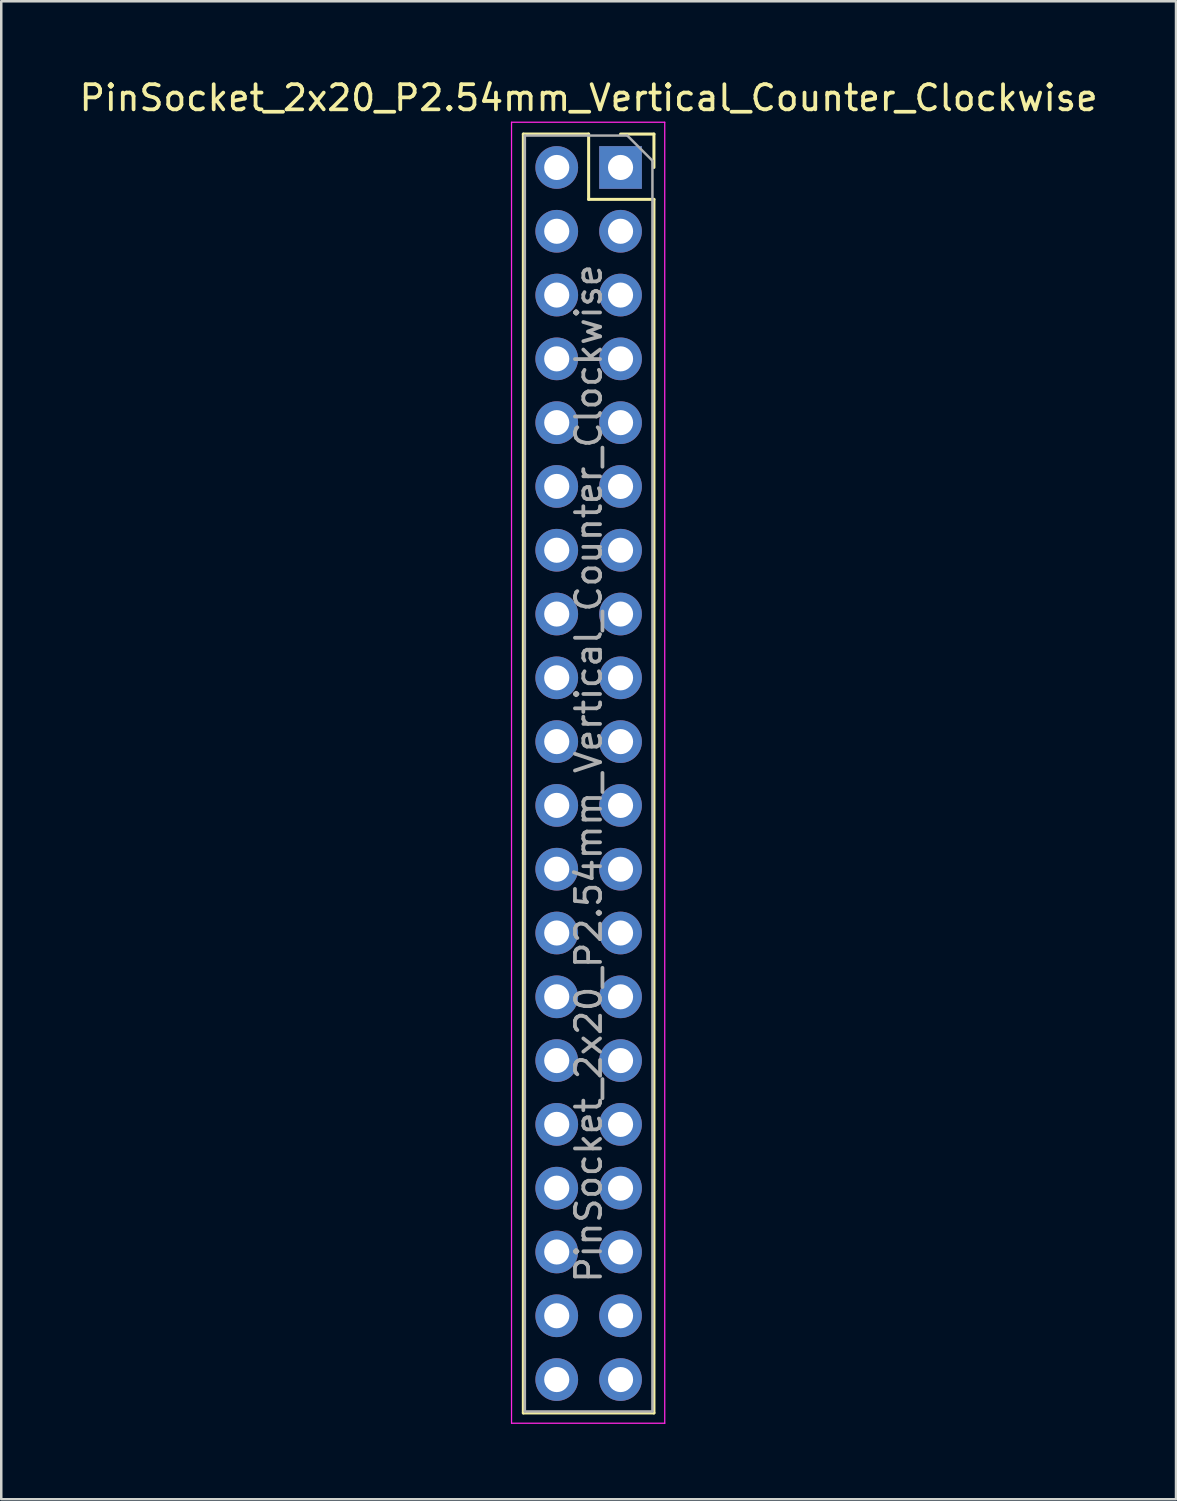
<source format=kicad_pcb>
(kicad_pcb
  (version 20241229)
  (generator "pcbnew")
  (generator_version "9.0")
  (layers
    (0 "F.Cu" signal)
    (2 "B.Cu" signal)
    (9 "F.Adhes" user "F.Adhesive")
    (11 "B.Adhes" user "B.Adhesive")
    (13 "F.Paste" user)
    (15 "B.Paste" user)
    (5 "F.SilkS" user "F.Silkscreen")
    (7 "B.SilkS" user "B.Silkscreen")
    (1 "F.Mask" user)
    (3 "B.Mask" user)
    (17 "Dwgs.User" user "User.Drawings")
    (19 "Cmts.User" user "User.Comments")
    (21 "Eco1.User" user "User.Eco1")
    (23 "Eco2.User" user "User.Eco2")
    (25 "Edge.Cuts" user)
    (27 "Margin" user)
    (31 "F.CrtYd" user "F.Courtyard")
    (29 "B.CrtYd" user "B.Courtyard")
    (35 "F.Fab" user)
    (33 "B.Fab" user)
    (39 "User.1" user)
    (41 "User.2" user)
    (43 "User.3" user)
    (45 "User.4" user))
  (footprint "PinSocket_2x20_P2.54mm_Vertical_Counter_Clockwise"
    (layer "F.Cu")
    (at 21.657 3.618)
    (property "Reference" "PinSocket_2x20_P2.54mm_Vertical_Counter_Clockwise" (at -1.27 -2.77 0) (layer "F.SilkS") (effects (font (size 1 1) (thickness 0.15))))
    (attr through_hole)
    (fp_line (start -3.87 -1.33) (end -3.87 49.59) (stroke (width 0.12) (type solid)) (layer "F.SilkS"))
    (fp_line (start -3.87 -1.33) (end -1.27 -1.33) (stroke (width 0.12) (type solid)) (layer "F.SilkS"))
    (fp_line (start -3.87 49.59) (end 1.33 49.59) (stroke (width 0.12) (type solid)) (layer "F.SilkS"))
    (fp_line (start -1.27 -1.33) (end -1.27 1.27) (stroke (width 0.12) (type solid)) (layer "F.SilkS"))
    (fp_line (start -1.27 1.27) (end 1.33 1.27) (stroke (width 0.12) (type solid)) (layer "F.SilkS"))
    (fp_line (start 0 -1.33) (end 1.33 -1.33) (stroke (width 0.12) (type solid)) (layer "F.SilkS"))
    (fp_line (start 1.33 -1.33) (end 1.33 0) (stroke (width 0.12) (type solid)) (layer "F.SilkS"))
    (fp_line (start 1.33 1.27) (end 1.33 49.59) (stroke (width 0.12) (type solid)) (layer "F.SilkS"))
    (fp_line (start -4.34 -1.8) (end 1.76 -1.8) (stroke (width 0.05) (type solid)) (layer "F.CrtYd"))
    (fp_line (start -4.34 50) (end -4.34 -1.8) (stroke (width 0.05) (type solid)) (layer "F.CrtYd"))
    (fp_line (start 1.76 -1.8) (end 1.76 50) (stroke (width 0.05) (type solid)) (layer "F.CrtYd"))
    (fp_line (start 1.76 50) (end -4.34 50) (stroke (width 0.05) (type solid)) (layer "F.CrtYd"))
    (fp_line (start -3.81 -1.27) (end 0.27 -1.27) (stroke (width 0.1) (type solid)) (layer "F.Fab"))
    (fp_line (start -3.81 49.53) (end -3.81 -1.27) (stroke (width 0.1) (type solid)) (layer "F.Fab"))
    (fp_line (start 0.27 -1.27) (end 1.27 -0.27) (stroke (width 0.1) (type solid)) (layer "F.Fab"))
    (fp_line (start 1.27 -0.27) (end 1.27 49.53) (stroke (width 0.1) (type solid)) (layer "F.Fab"))
    (fp_line (start 1.27 49.53) (end -3.81 49.53) (stroke (width 0.1) (type solid)) (layer "F.Fab"))
    (fp_text user "${REFERENCE}" (at -1.27 24.13 90) (layer "F.Fab") (effects (font (size 1 1) (thickness 0.15))))
    (pad "1" thru_hole oval (at -2.54 0) (size 1.7 1.7) (drill 1) (layers "*.Cu" "*.Mask"))
    (pad "2" thru_hole oval (at -2.54 2.54) (size 1.7 1.7) (drill 1) (layers "*.Cu" "*.Mask"))
    (pad "3" thru_hole oval (at -2.54 5.08) (size 1.7 1.7) (drill 1) (layers "*.Cu" "*.Mask"))
    (pad "4" thru_hole oval (at -2.54 7.62) (size 1.7 1.7) (drill 1) (layers "*.Cu" "*.Mask"))
    (pad "5" thru_hole oval (at -2.54 10.16) (size 1.7 1.7) (drill 1) (layers "*.Cu" "*.Mask"))
    (pad "6" thru_hole oval (at -2.54 12.7) (size 1.7 1.7) (drill 1) (layers "*.Cu" "*.Mask"))
    (pad "7" thru_hole oval (at -2.54 15.24) (size 1.7 1.7) (drill 1) (layers "*.Cu" "*.Mask"))
    (pad "8" thru_hole oval (at -2.54 17.78) (size 1.7 1.7) (drill 1) (layers "*.Cu" "*.Mask"))
    (pad "9" thru_hole oval (at -2.54 20.32) (size 1.7 1.7) (drill 1) (layers "*.Cu" "*.Mask"))
    (pad "10" thru_hole oval (at -2.54 22.86) (size 1.7 1.7) (drill 1) (layers "*.Cu" "*.Mask"))
    (pad "11" thru_hole oval (at -2.54 25.4) (size 1.7 1.7) (drill 1) (layers "*.Cu" "*.Mask"))
    (pad "12" thru_hole oval (at -2.54 27.94) (size 1.7 1.7) (drill 1) (layers "*.Cu" "*.Mask"))
    (pad "13" thru_hole oval (at -2.54 30.48) (size 1.7 1.7) (drill 1) (layers "*.Cu" "*.Mask"))
    (pad "14" thru_hole oval (at -2.54 33.02) (size 1.7 1.7) (drill 1) (layers "*.Cu" "*.Mask"))
    (pad "15" thru_hole oval (at -2.54 35.56) (size 1.7 1.7) (drill 1) (layers "*.Cu" "*.Mask"))
    (pad "16" thru_hole oval (at -2.54 38.1) (size 1.7 1.7) (drill 1) (layers "*.Cu" "*.Mask"))
    (pad "17" thru_hole oval (at -2.54 40.64) (size 1.7 1.7) (drill 1) (layers "*.Cu" "*.Mask"))
    (pad "18" thru_hole oval (at -2.54 43.18) (size 1.7 1.7) (drill 1) (layers "*.Cu" "*.Mask"))
    (pad "19" thru_hole oval (at -2.54 45.72) (size 1.7 1.7) (drill 1) (layers "*.Cu" "*.Mask"))
    (pad "20" thru_hole oval (at -2.54 48.26) (size 1.7 1.7) (drill 1) (layers "*.Cu" "*.Mask"))
    (pad "21" thru_hole oval (at 0 48.26) (size 1.7 1.7) (drill 1) (layers "*.Cu" "*.Mask"))
    (pad "22" thru_hole oval (at 0 45.72) (size 1.7 1.7) (drill 1) (layers "*.Cu" "*.Mask"))
    (pad "23" thru_hole oval (at 0 43.18) (size 1.7 1.7) (drill 1) (layers "*.Cu" "*.Mask"))
    (pad "24" thru_hole oval (at 0 40.64) (size 1.7 1.7) (drill 1) (layers "*.Cu" "*.Mask"))
    (pad "25" thru_hole oval (at 0 38.1) (size 1.7 1.7) (drill 1) (layers "*.Cu" "*.Mask"))
    (pad "26" thru_hole oval (at 0 35.56) (size 1.7 1.7) (drill 1) (layers "*.Cu" "*.Mask"))
    (pad "27" thru_hole oval (at 0 33.02) (size 1.7 1.7) (drill 1) (layers "*.Cu" "*.Mask"))
    (pad "28" thru_hole oval (at 0 30.48) (size 1.7 1.7) (drill 1) (layers "*.Cu" "*.Mask"))
    (pad "29" thru_hole oval (at 0 27.94) (size 1.7 1.7) (drill 1) (layers "*.Cu" "*.Mask"))
    (pad "30" thru_hole oval (at 0 25.4) (size 1.7 1.7) (drill 1) (layers "*.Cu" "*.Mask"))
    (pad "31" thru_hole oval (at 0 22.86) (size 1.7 1.7) (drill 1) (layers "*.Cu" "*.Mask"))
    (pad "32" thru_hole oval (at 0 20.32) (size 1.7 1.7) (drill 1) (layers "*.Cu" "*.Mask"))
    (pad "33" thru_hole oval (at 0 17.78) (size 1.7 1.7) (drill 1) (layers "*.Cu" "*.Mask"))
    (pad "34" thru_hole oval (at 0 15.24) (size 1.7 1.7) (drill 1) (layers "*.Cu" "*.Mask"))
    (pad "35" thru_hole oval (at 0 12.7) (size 1.7 1.7) (drill 1) (layers "*.Cu" "*.Mask"))
    (pad "36" thru_hole oval (at 0 10.16) (size 1.7 1.7) (drill 1) (layers "*.Cu" "*.Mask"))
    (pad "37" thru_hole oval (at 0 7.62) (size 1.7 1.7) (drill 1) (layers "*.Cu" "*.Mask"))
    (pad "38" thru_hole oval (at 0 5.08) (size 1.7 1.7) (drill 1) (layers "*.Cu" "*.Mask"))
    (pad "39" thru_hole oval (at 0 2.54) (size 1.7 1.7) (drill 1) (layers "*.Cu" "*.Mask"))
    (pad "40" thru_hole rect (at 0 0) (size 1.7 1.7) (drill 1) (layers "*.Cu" "*.Mask")))
  (gr_rect
    (start -3 -3)
    (end 43.774 56.643)
    (stroke (width 0.1) (type default))
    (fill no)
    (layer "Edge.Cuts")))
</source>
